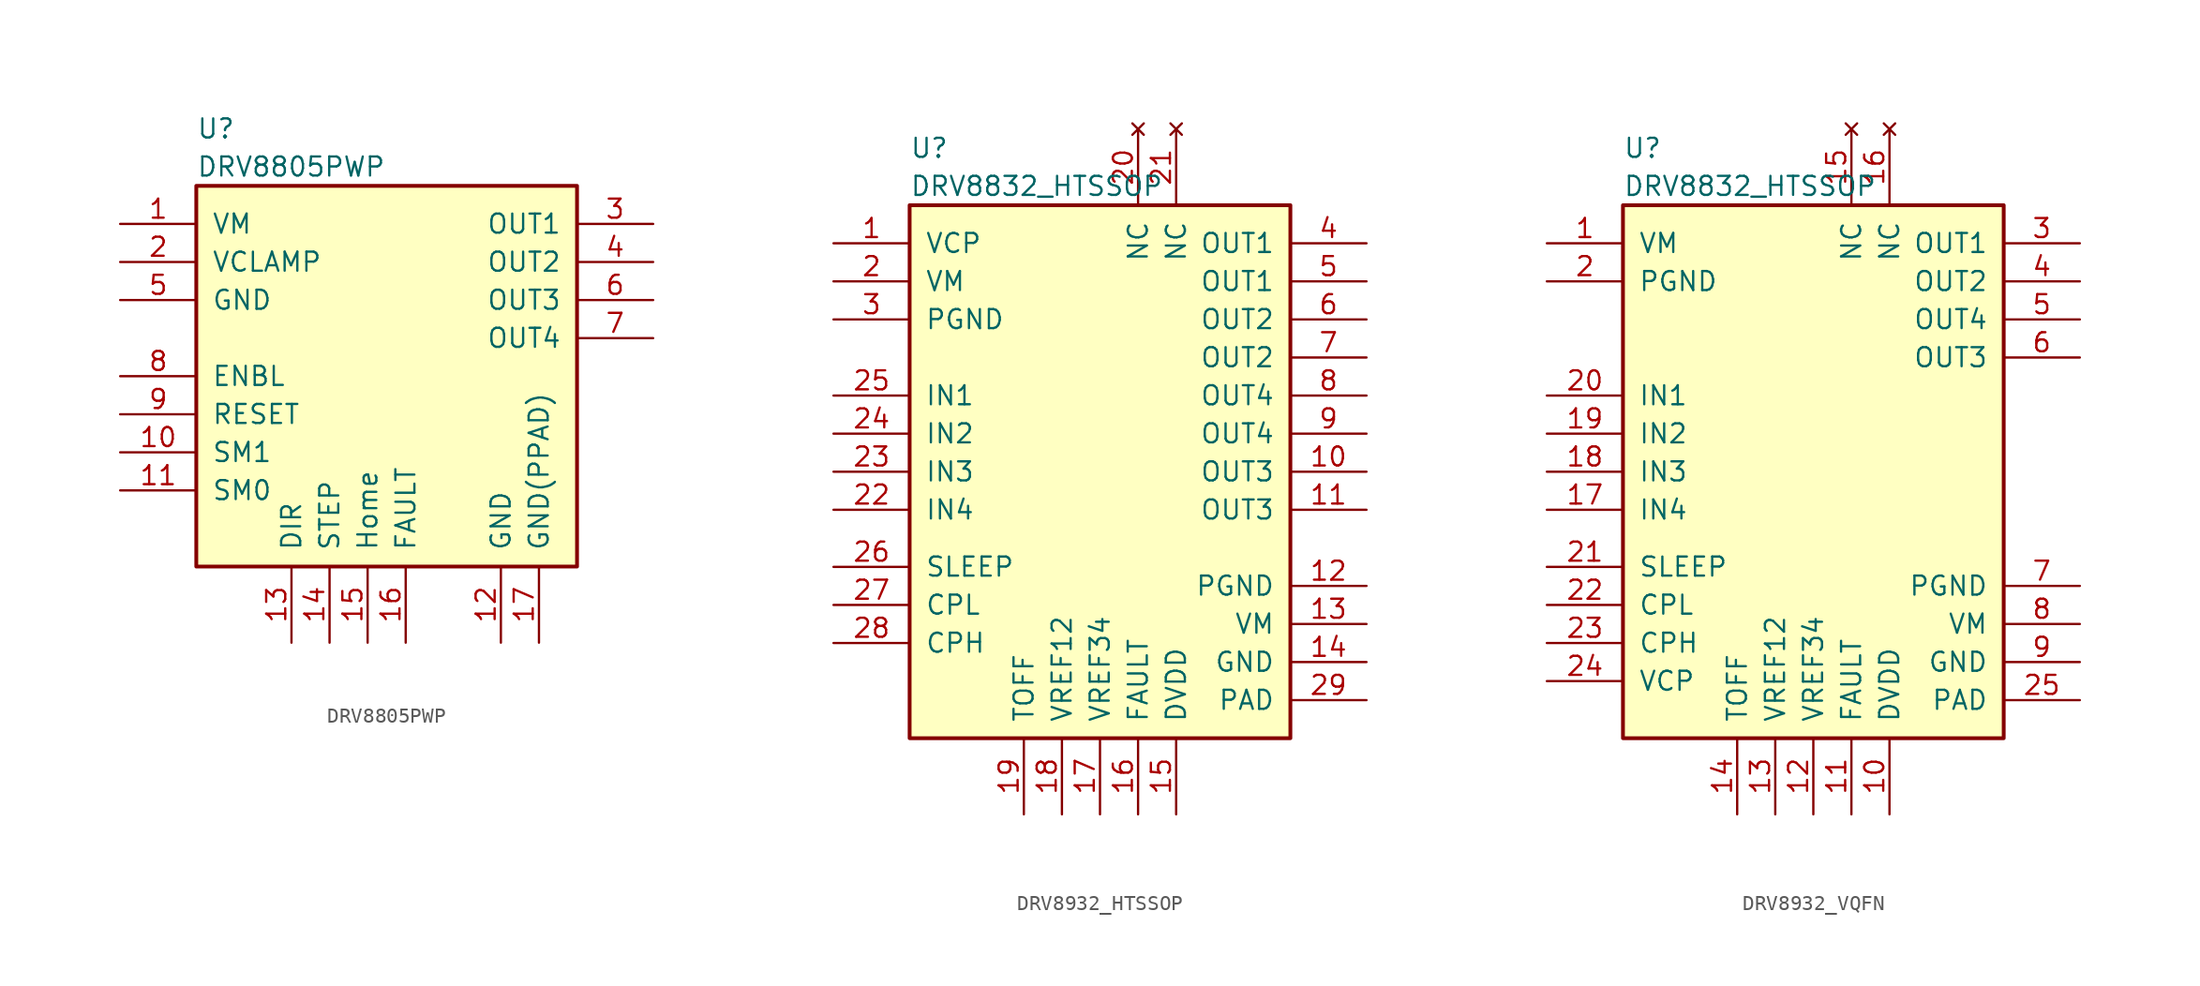
<source format=kicad_sym>
(kicad_symbol_lib
  (version 20231120)
  (generator "kicad_symbol_editor")
  (generator_version "8.0")
  (symbol "DRV8805PWP"
    (pin_names
      (offset 1.016))
    (property "Reference" "U"
      (at -12.7 16.51 0)
      (effects (font (size 1.27 1.27)) (justify left)))
    (property "Value" "DRV8805PWP"
      (at -12.7 13.97 0)
      (effects (font (size 1.27 1.27)) (justify left)))
    (symbol "DRV8805PWP_0_1"
      (rectangle (start -12.7 12.7) (end 12.7 -12.7) (stroke (width 0.254) (type default)) (fill (type background))))
    (symbol "DRV8805PWP_1_1"
      (pin power_in line (at -17.78 10.16 0) (length 5.08) (name "VM" (effects (font (size 1.27 1.27)))) (number "1" (effects (font (size 1.27 1.27)))))
      (pin input line (at -17.78 -5.08 0) (length 5.08) (name "SM1" (effects (font (size 1.27 1.27)))) (number "10" (effects (font (size 1.27 1.27)))))
      (pin input line (at -17.78 -7.62 0) (length 5.08) (name "SM0" (effects (font (size 1.27 1.27)))) (number "11" (effects (font (size 1.27 1.27)))))
      (pin power_in line (at 7.62 -17.78 90) (length 5.08) (name "GND" (effects (font (size 1.27 1.27)))) (number "12" (effects (font (size 1.27 1.27)))))
      (pin input line (at -6.35 -17.78 90) (length 5.08) (name "DIR" (effects (font (size 1.27 1.27)))) (number "13" (effects (font (size 1.27 1.27)))))
      (pin input line (at -3.81 -17.78 90) (length 5.08) (name "STEP" (effects (font (size 1.27 1.27)))) (number "14" (effects (font (size 1.27 1.27)))))
      (pin output line (at -1.27 -17.78 90) (length 5.08) (name "Home" (effects (font (size 1.27 1.27)))) (number "15" (effects (font (size 1.27 1.27)))))
      (pin output line (at 1.27 -17.78 90) (length 5.08) (name "FAULT" (effects (font (size 1.27 1.27)))) (number "16" (effects (font (size 1.27 1.27)))))
      (pin power_in line (at 10.16 -17.78 90) (length 5.08) (name "GND(PPAD)" (effects (font (size 1.27 1.27)))) (number "17" (effects (font (size 1.27 1.27)))))
      (pin output line (at -17.78 7.62 0) (length 5.08) (name "VCLAMP" (effects (font (size 1.27 1.27)))) (number "2" (effects (font (size 1.27 1.27)))))
      (pin power_out line (at 17.78 10.16 180) (length 5.08) (name "OUT1" (effects (font (size 1.27 1.27)))) (number "3" (effects (font (size 1.27 1.27)))))
      (pin power_out line (at 17.78 7.62 180) (length 5.08) (name "OUT2" (effects (font (size 1.27 1.27)))) (number "4" (effects (font (size 1.27 1.27)))))
      (pin power_in line (at -17.78 5.08 0) (length 5.08) (name "GND" (effects (font (size 1.27 1.27)))) (number "5" (effects (font (size 1.27 1.27)))))
      (pin power_out line (at 17.78 5.08 180) (length 5.08) (name "OUT3" (effects (font (size 1.27 1.27)))) (number "6" (effects (font (size 1.27 1.27)))))
      (pin power_out line (at 17.78 2.54 180) (length 5.08) (name "OUT4" (effects (font (size 1.27 1.27)))) (number "7" (effects (font (size 1.27 1.27)))))
      (pin input line (at -17.78 0 0) (length 5.08) (name "ENBL" (effects (font (size 1.27 1.27)))) (number "8" (effects (font (size 1.27 1.27)))))
      (pin input line (at -17.78 -2.54 0) (length 5.08) (name "RESET" (effects (font (size 1.27 1.27)))) (number "9" (effects (font (size 1.27 1.27)))))))
  (symbol "DRV8932_HTSSOP"
    (pin_names
      (offset 1.016))
    (property "Reference" "U"
      (at -12.7 16.51 0)
      (effects (font (size 1.27 1.27)) (justify left)))
    (property "Value" "DRV8832_HTSSOP"
      (at -12.7 13.97 0)
      (effects (font (size 1.27 1.27)) (justify left)))
    (symbol "DRV8932_HTSSOP_0_1"
      (rectangle (start -12.7 12.7) (end 12.7 -22.86) (stroke (width 0.254) (type default)) (fill (type background))))
    (symbol "DRV8932_HTSSOP_1_1"
      (pin output line (at -17.78 10.16 0) (length 5.08) (name "VCP" (effects (font (size 1.27 1.27)))) (number "1" (effects (font (size 1.27 1.27)))))
      (pin power_out line (at 17.78 -5.08 180) (length 5.08) (name "OUT3" (effects (font (size 1.27 1.27)))) (number "10" (effects (font (size 1.27 1.27)))))
      (pin power_out line (at 17.78 -7.62 180) (length 5.08) (name "OUT3" (effects (font (size 1.27 1.27)))) (number "11" (effects (font (size 1.27 1.27)))))
      (pin power_in line (at 17.78 -12.7 180) (length 5.08) (name "PGND" (effects (font (size 1.27 1.27)))) (number "12" (effects (font (size 1.27 1.27)))))
      (pin power_in line (at 17.78 -15.24 180) (length 5.08) (name "VM" (effects (font (size 1.27 1.27)))) (number "13" (effects (font (size 1.27 1.27)))))
      (pin power_in line (at 17.78 -17.78 180) (length 5.08) (name "GND" (effects (font (size 1.27 1.27)))) (number "14" (effects (font (size 1.27 1.27)))))
      (pin power_in line (at 5.08 -27.94 90) (length 5.08) (name "DVDD" (effects (font (size 1.27 1.27)))) (number "15" (effects (font (size 1.27 1.27)))))
      (pin output line (at 2.54 -27.94 90) (length 5.08) (name "FAULT" (effects (font (size 1.27 1.27)))) (number "16" (effects (font (size 1.27 1.27)))))
      (pin input line (at 0 -27.94 90) (length 5.08) (name "VREF34" (effects (font (size 1.27 1.27)))) (number "17" (effects (font (size 1.27 1.27)))))
      (pin input line (at -2.54 -27.94 90) (length 5.08) (name "VREF12" (effects (font (size 1.27 1.27)))) (number "18" (effects (font (size 1.27 1.27)))))
      (pin input line (at -5.08 -27.94 90) (length 5.08) (name "TOFF" (effects (font (size 1.27 1.27)))) (number "19" (effects (font (size 1.27 1.27)))))
      (pin power_in line (at -17.78 7.62 0) (length 5.08) (name "VM" (effects (font (size 1.27 1.27)))) (number "2" (effects (font (size 1.27 1.27)))))
      (pin no_connect line (at 2.54 17.78 270) (length 5.08) (name "NC" (effects (font (size 1.27 1.27)))) (number "20" (effects (font (size 1.27 1.27)))))
      (pin no_connect line (at 5.08 17.78 270) (length 5.08) (name "NC" (effects (font (size 1.27 1.27)))) (number "21" (effects (font (size 1.27 1.27)))))
      (pin input line (at -17.78 -7.62 0) (length 5.08) (name "IN4" (effects (font (size 1.27 1.27)))) (number "22" (effects (font (size 1.27 1.27)))))
      (pin input line (at -17.78 -5.08 0) (length 5.08) (name "IN3" (effects (font (size 1.27 1.27)))) (number "23" (effects (font (size 1.27 1.27)))))
      (pin input line (at -17.78 -2.54 0) (length 5.08) (name "IN2" (effects (font (size 1.27 1.27)))) (number "24" (effects (font (size 1.27 1.27)))))
      (pin input line (at -17.78 0 0) (length 5.08) (name "IN1" (effects (font (size 1.27 1.27)))) (number "25" (effects (font (size 1.27 1.27)))))
      (pin input line (at -17.78 -11.43 0) (length 5.08) (name "SLEEP" (effects (font (size 1.27 1.27)))) (number "26" (effects (font (size 1.27 1.27)))))
      (pin input line (at -17.78 -13.97 0) (length 5.08) (name "CPL" (effects (font (size 1.27 1.27)))) (number "27" (effects (font (size 1.27 1.27)))))
      (pin input line (at -17.78 -16.51 0) (length 5.08) (name "CPH" (effects (font (size 1.27 1.27)))) (number "28" (effects (font (size 1.27 1.27)))))
      (pin power_in line (at 17.78 -20.32 180) (length 5.08) (name "PAD" (effects (font (size 1.27 1.27)))) (number "29" (effects (font (size 1.27 1.27)))))
      (pin power_in line (at -17.78 5.08 0) (length 5.08) (name "PGND" (effects (font (size 1.27 1.27)))) (number "3" (effects (font (size 1.27 1.27)))))
      (pin power_out line (at 17.78 10.16 180) (length 5.08) (name "OUT1" (effects (font (size 1.27 1.27)))) (number "4" (effects (font (size 1.27 1.27)))))
      (pin power_out line (at 17.78 7.62 180) (length 5.08) (name "OUT1" (effects (font (size 1.27 1.27)))) (number "5" (effects (font (size 1.27 1.27)))))
      (pin power_out line (at 17.78 5.08 180) (length 5.08) (name "OUT2" (effects (font (size 1.27 1.27)))) (number "6" (effects (font (size 1.27 1.27)))))
      (pin power_out line (at 17.78 2.54 180) (length 5.08) (name "OUT2" (effects (font (size 1.27 1.27)))) (number "7" (effects (font (size 1.27 1.27)))))
      (pin power_out line (at 17.78 0 180) (length 5.08) (name "OUT4" (effects (font (size 1.27 1.27)))) (number "8" (effects (font (size 1.27 1.27)))))
      (pin power_out line (at 17.78 -2.54 180) (length 5.08) (name "OUT4" (effects (font (size 1.27 1.27)))) (number "9" (effects (font (size 1.27 1.27)))))))
  (symbol "DRV8932_VQFN"
    (pin_names
      (offset 1.016))
    (property "Reference" "U"
      (at -12.7 16.51 0)
      (effects (font (size 1.27 1.27)) (justify left)))
    (property "Value" "DRV8832_HTSSOP"
      (at -12.7 13.97 0)
      (effects (font (size 1.27 1.27)) (justify left)))
    (symbol "DRV8932_VQFN_0_1"
      (rectangle (start -12.7 12.7) (end 12.7 -22.86) (stroke (width 0.254) (type default)) (fill (type background))))
    (symbol "DRV8932_VQFN_1_1"
      (pin input line (at -17.78 10.16 0) (length 5.08) (name "VM" (effects (font (size 1.27 1.27)))) (number "1" (effects (font (size 1.27 1.27)))))
      (pin power_in line (at 5.08 -27.94 90) (length 5.08) (name "DVDD" (effects (font (size 1.27 1.27)))) (number "10" (effects (font (size 1.27 1.27)))))
      (pin output line (at 2.54 -27.94 90) (length 5.08) (name "FAULT" (effects (font (size 1.27 1.27)))) (number "11" (effects (font (size 1.27 1.27)))))
      (pin input line (at 0 -27.94 90) (length 5.08) (name "VREF34" (effects (font (size 1.27 1.27)))) (number "12" (effects (font (size 1.27 1.27)))))
      (pin input line (at -2.54 -27.94 90) (length 5.08) (name "VREF12" (effects (font (size 1.27 1.27)))) (number "13" (effects (font (size 1.27 1.27)))))
      (pin input line (at -5.08 -27.94 90) (length 5.08) (name "TOFF" (effects (font (size 1.27 1.27)))) (number "14" (effects (font (size 1.27 1.27)))))
      (pin no_connect line (at 2.54 17.78 270) (length 5.08) (name "NC" (effects (font (size 1.27 1.27)))) (number "15" (effects (font (size 1.27 1.27)))))
      (pin no_connect line (at 5.08 17.78 270) (length 5.08) (name "NC" (effects (font (size 1.27 1.27)))) (number "16" (effects (font (size 1.27 1.27)))))
      (pin input line (at -17.78 -7.62 0) (length 5.08) (name "IN4" (effects (font (size 1.27 1.27)))) (number "17" (effects (font (size 1.27 1.27)))))
      (pin input line (at -17.78 -5.08 0) (length 5.08) (name "IN3" (effects (font (size 1.27 1.27)))) (number "18" (effects (font (size 1.27 1.27)))))
      (pin input line (at -17.78 -2.54 0) (length 5.08) (name "IN2" (effects (font (size 1.27 1.27)))) (number "19" (effects (font (size 1.27 1.27)))))
      (pin power_in line (at -17.78 7.62 0) (length 5.08) (name "PGND" (effects (font (size 1.27 1.27)))) (number "2" (effects (font (size 1.27 1.27)))))
      (pin input line (at -17.78 0 0) (length 5.08) (name "IN1" (effects (font (size 1.27 1.27)))) (number "20" (effects (font (size 1.27 1.27)))))
      (pin input line (at -17.78 -11.43 0) (length 5.08) (name "SLEEP" (effects (font (size 1.27 1.27)))) (number "21" (effects (font (size 1.27 1.27)))))
      (pin input line (at -17.78 -13.97 0) (length 5.08) (name "CPL" (effects (font (size 1.27 1.27)))) (number "22" (effects (font (size 1.27 1.27)))))
      (pin input line (at -17.78 -16.51 0) (length 5.08) (name "CPH" (effects (font (size 1.27 1.27)))) (number "23" (effects (font (size 1.27 1.27)))))
      (pin input line (at -17.78 -19.05 0) (length 5.08) (name "VCP" (effects (font (size 1.27 1.27)))) (number "24" (effects (font (size 1.27 1.27)))))
      (pin power_in line (at 17.78 -20.32 180) (length 5.08) (name "PAD" (effects (font (size 1.27 1.27)))) (number "25" (effects (font (size 1.27 1.27)))))
      (pin power_out line (at 17.78 10.16 180) (length 5.08) (name "OUT1" (effects (font (size 1.27 1.27)))) (number "3" (effects (font (size 1.27 1.27)))))
      (pin power_out line (at 17.78 7.62 180) (length 5.08) (name "OUT2" (effects (font (size 1.27 1.27)))) (number "4" (effects (font (size 1.27 1.27)))))
      (pin power_out line (at 17.78 5.08 180) (length 5.08) (name "OUT4" (effects (font (size 1.27 1.27)))) (number "5" (effects (font (size 1.27 1.27)))))
      (pin power_out line (at 17.78 2.54 180) (length 5.08) (name "OUT3" (effects (font (size 1.27 1.27)))) (number "6" (effects (font (size 1.27 1.27)))))
      (pin power_in line (at 17.78 -12.7 180) (length 5.08) (name "PGND" (effects (font (size 1.27 1.27)))) (number "7" (effects (font (size 1.27 1.27)))))
      (pin power_in line (at 17.78 -15.24 180) (length 5.08) (name "VM" (effects (font (size 1.27 1.27)))) (number "8" (effects (font (size 1.27 1.27)))))
      (pin power_in line (at 17.78 -17.78 180) (length 5.08) (name "GND" (effects (font (size 1.27 1.27)))) (number "9" (effects (font (size 1.27 1.27))))))))
</source>
